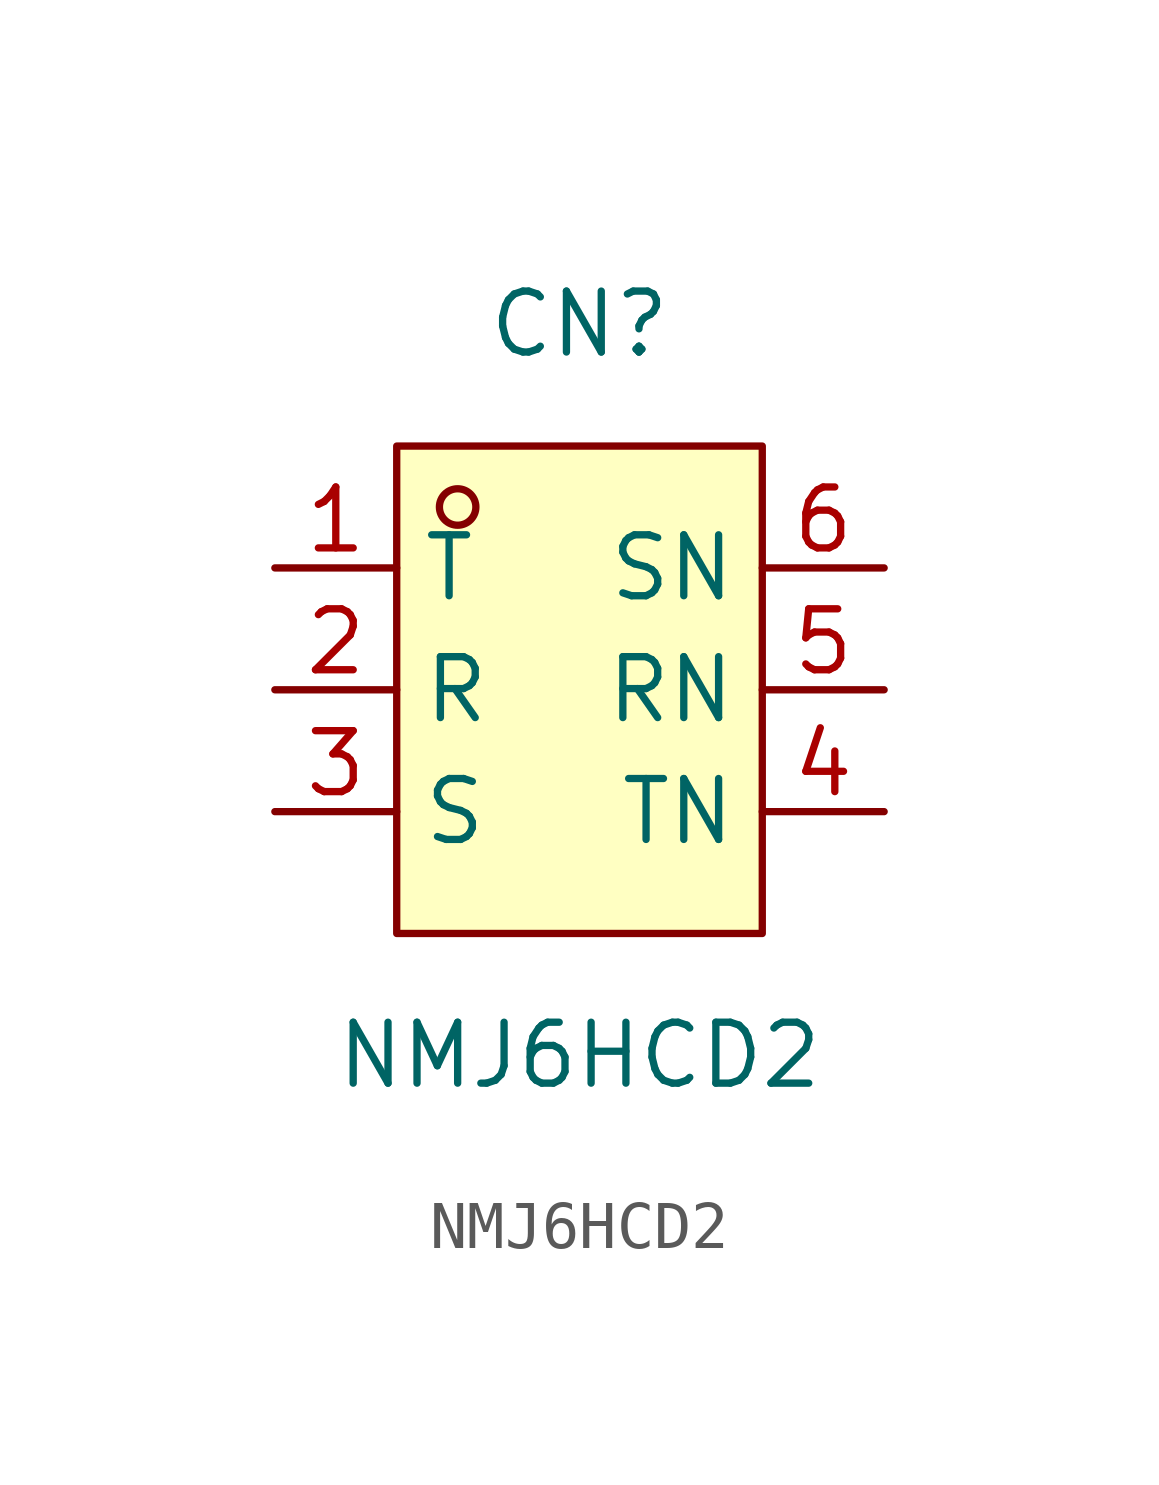
<source format=kicad_sym>
(kicad_symbol_lib
  (version 20211014)
  (generator https://github.com/uPesy/easyeda2kicad.py)
  (symbol "NMJ6HCD2"
    (property "Reference" "CN"
      (at 0 7.62 0)
      (effects (font (size 1.27 1.27))))
    (property "Value" "NMJ6HCD2"
      (at 0 -7.62 0)
      (effects (font (size 1.27 1.27))))
    (symbol "NMJ6HCD2_0_1"
      (rectangle (start -3.81 5.08) (end 3.81 -5.08) (stroke (width 0) (type default) (color 0 0 0 0)) (fill (type background)))
      (circle (center -2.54 3.81) (radius 0.38) (stroke (width 0) (type default) (color 0 0 0 0)) (fill (type none)))
      (pin unspecified line (at -6.35 2.54 0) (length 2.54) (name "T" (effects (font (size 1.27 1.27)))) (number "1" (effects (font (size 1.27 1.27)))))
      (pin unspecified line (at -6.35 -0.00 0) (length 2.54) (name "R" (effects (font (size 1.27 1.27)))) (number "2" (effects (font (size 1.27 1.27)))))
      (pin unspecified line (at -6.35 -2.54 0) (length 2.54) (name "S" (effects (font (size 1.27 1.27)))) (number "3" (effects (font (size 1.27 1.27)))))
      (pin unspecified line (at 6.35 -2.54 180) (length 2.54) (name "TN" (effects (font (size 1.27 1.27)))) (number "4" (effects (font (size 1.27 1.27)))))
      (pin unspecified line (at 6.35 -0.00 180) (length 2.54) (name "RN" (effects (font (size 1.27 1.27)))) (number "5" (effects (font (size 1.27 1.27)))))
      (pin unspecified line (at 6.35 2.54 180) (length 2.54) (name "SN" (effects (font (size 1.27 1.27)))) (number "6" (effects (font (size 1.27 1.27))))))))
</source>
